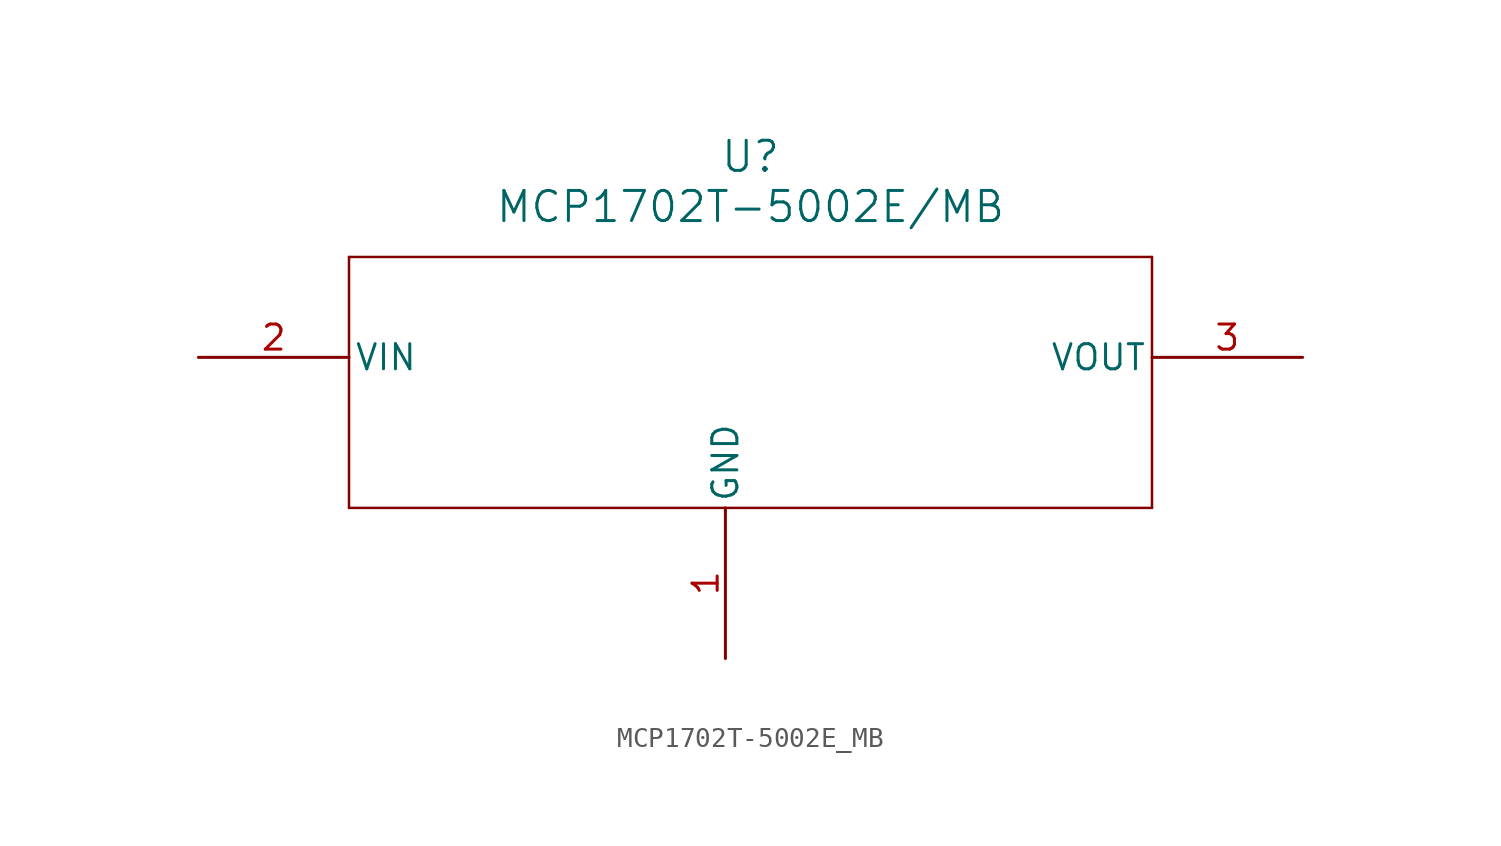
<source format=kicad_sym>
(kicad_symbol_lib
  (version 20231120)
  (generator "kicad_symbol_editor")
  (generator_version "8.0")
  (symbol "MCP1702T-5002E_MB"
    (pin_names
      (offset 0.254))
    (property "Reference" "U"
      (at 27.94 10.16 0)
      (effects (font (size 1.524 1.524))))
    (property "Value" "MCP1702T-5002E/MB"
      (at 27.94 7.62 0)
      (effects (font (size 1.524 1.524))))
    (symbol "MCP1702T-5002E_MB_0_1"
      (polyline (pts (xy 7.62 -7.62) (xy 48.26 -7.62)) (stroke (width 0.127) (type default)) (fill (type none)))
      (polyline (pts (xy 7.62 5.08) (xy 7.62 -7.62)) (stroke (width 0.127) (type default)) (fill (type none)))
      (polyline (pts (xy 48.26 -7.62) (xy 48.26 5.08)) (stroke (width 0.127) (type default)) (fill (type none)))
      (polyline (pts (xy 48.26 5.08) (xy 7.62 5.08)) (stroke (width 0.127) (type default)) (fill (type none))))
    (symbol "MCP1702T-5002E_MB_1_1"
      (pin power_in line (at 26.67 -15.24 90) (length 7.62) (name "GND" (effects (font (size 1.27 1.27)))) (number "1" (effects (font (size 1.27 1.27)))))
      (pin power_in line (at 0 0 0) (length 7.62) (name "VIN" (effects (font (size 1.27 1.27)))) (number "2" (effects (font (size 1.27 1.27)))))
      (pin power_out line (at 55.88 0 180) (length 7.62) (name "VOUT" (effects (font (size 1.27 1.27)))) (number "3" (effects (font (size 1.27 1.27))))))))
</source>
